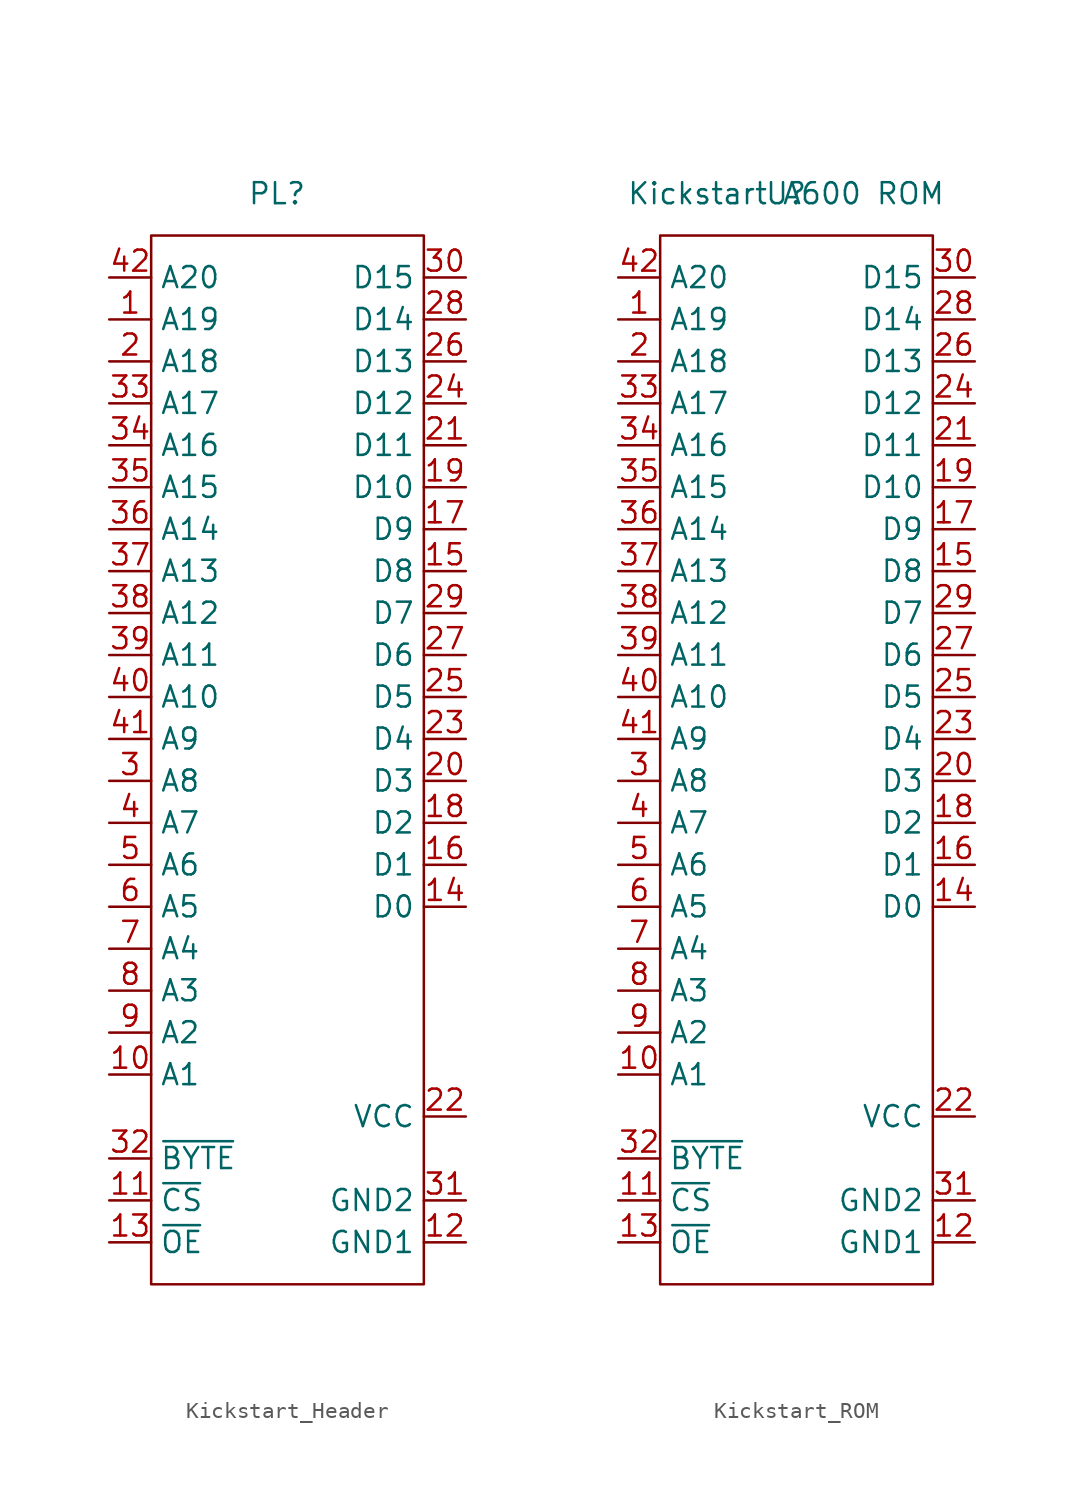
<source format=kicad_sym>
(kicad_symbol_lib
  (version 20241209)
  (generator "kicad_symbol_editor")
  (generator_version "9.0")
  (symbol "Kickstart_Header"
    (property "Reference" "PL"
      (at 0 0 0)
      (effects (font (size 1.27 1.27))))
    (property "Value" ""
      (at 0 0 0)
      (effects (font (size 1.27 1.27))))
    (symbol "Kickstart_Header_0_1"
      (rectangle (start -7.62 -2.54) (end 8.89 -66.04) (stroke (width 0) (type default)) (fill (type none))))
    (symbol "Kickstart_Header_1_1"
      (pin output line (at -10.16 -5.08 0) (length 2.54) (name "A20" (effects (font (size 1.27 1.27)))) (number "42" (effects (font (size 1.27 1.27)))))
      (pin output line (at -10.16 -7.62 0) (length 2.54) (name "A19" (effects (font (size 1.27 1.27)))) (number "1" (effects (font (size 1.27 1.27)))))
      (pin output line (at -10.16 -10.16 0) (length 2.54) (name "A18" (effects (font (size 1.27 1.27)))) (number "2" (effects (font (size 1.27 1.27)))))
      (pin output line (at -10.16 -12.7 0) (length 2.54) (name "A17" (effects (font (size 1.27 1.27)))) (number "33" (effects (font (size 1.27 1.27)))))
      (pin output line (at -10.16 -15.24 0) (length 2.54) (name "A16" (effects (font (size 1.27 1.27)))) (number "34" (effects (font (size 1.27 1.27)))))
      (pin output line (at -10.16 -17.78 0) (length 2.54) (name "A15" (effects (font (size 1.27 1.27)))) (number "35" (effects (font (size 1.27 1.27)))))
      (pin output line (at -10.16 -20.32 0) (length 2.54) (name "A14" (effects (font (size 1.27 1.27)))) (number "36" (effects (font (size 1.27 1.27)))))
      (pin output line (at -10.16 -22.86 0) (length 2.54) (name "A13" (effects (font (size 1.27 1.27)))) (number "37" (effects (font (size 1.27 1.27)))))
      (pin output line (at -10.16 -25.4 0) (length 2.54) (name "A12" (effects (font (size 1.27 1.27)))) (number "38" (effects (font (size 1.27 1.27)))))
      (pin output line (at -10.16 -27.94 0) (length 2.54) (name "A11" (effects (font (size 1.27 1.27)))) (number "39" (effects (font (size 1.27 1.27)))))
      (pin output line (at -10.16 -30.48 0) (length 2.54) (name "A10" (effects (font (size 1.27 1.27)))) (number "40" (effects (font (size 1.27 1.27)))))
      (pin output line (at -10.16 -33.02 0) (length 2.54) (name "A9" (effects (font (size 1.27 1.27)))) (number "41" (effects (font (size 1.27 1.27)))))
      (pin output line (at -10.16 -35.56 0) (length 2.54) (name "A8" (effects (font (size 1.27 1.27)))) (number "3" (effects (font (size 1.27 1.27)))))
      (pin output line (at -10.16 -38.1 0) (length 2.54) (name "A7" (effects (font (size 1.27 1.27)))) (number "4" (effects (font (size 1.27 1.27)))))
      (pin output line (at -10.16 -40.64 0) (length 2.54) (name "A6" (effects (font (size 1.27 1.27)))) (number "5" (effects (font (size 1.27 1.27)))))
      (pin output line (at -10.16 -43.18 0) (length 2.54) (name "A5" (effects (font (size 1.27 1.27)))) (number "6" (effects (font (size 1.27 1.27)))))
      (pin output line (at -10.16 -45.72 0) (length 2.54) (name "A4" (effects (font (size 1.27 1.27)))) (number "7" (effects (font (size 1.27 1.27)))))
      (pin output line (at -10.16 -48.26 0) (length 2.54) (name "A3" (effects (font (size 1.27 1.27)))) (number "8" (effects (font (size 1.27 1.27)))))
      (pin output line (at -10.16 -50.8 0) (length 2.54) (name "A2" (effects (font (size 1.27 1.27)))) (number "9" (effects (font (size 1.27 1.27)))))
      (pin output line (at -10.16 -53.34 0) (length 2.54) (name "A1" (effects (font (size 1.27 1.27)))) (number "10" (effects (font (size 1.27 1.27)))))
      (pin output line (at -10.16 -58.42 0) (length 2.54) (name "~{BYTE}" (effects (font (size 1.27 1.27)))) (number "32" (effects (font (size 1.27 1.27)))))
      (pin output line (at -10.16 -60.96 0) (length 2.54) (name "~{CS}" (effects (font (size 1.27 1.27)))) (number "11" (effects (font (size 1.27 1.27)))))
      (pin output line (at -10.16 -63.5 0) (length 2.54) (name "~{OE}" (effects (font (size 1.27 1.27)))) (number "13" (effects (font (size 1.27 1.27)))))
      (pin input line (at 11.43 -5.08 180) (length 2.54) (name "D15" (effects (font (size 1.27 1.27)))) (number "30" (effects (font (size 1.27 1.27)))))
      (pin input line (at 11.43 -7.62 180) (length 2.54) (name "D14" (effects (font (size 1.27 1.27)))) (number "28" (effects (font (size 1.27 1.27)))))
      (pin input line (at 11.43 -10.16 180) (length 2.54) (name "D13" (effects (font (size 1.27 1.27)))) (number "26" (effects (font (size 1.27 1.27)))))
      (pin input line (at 11.43 -12.7 180) (length 2.54) (name "D12" (effects (font (size 1.27 1.27)))) (number "24" (effects (font (size 1.27 1.27)))))
      (pin input line (at 11.43 -15.24 180) (length 2.54) (name "D11" (effects (font (size 1.27 1.27)))) (number "21" (effects (font (size 1.27 1.27)))))
      (pin input line (at 11.43 -17.78 180) (length 2.54) (name "D10" (effects (font (size 1.27 1.27)))) (number "19" (effects (font (size 1.27 1.27)))))
      (pin input line (at 11.43 -20.32 180) (length 2.54) (name "D9" (effects (font (size 1.27 1.27)))) (number "17" (effects (font (size 1.27 1.27)))))
      (pin input line (at 11.43 -22.86 180) (length 2.54) (name "D8" (effects (font (size 1.27 1.27)))) (number "15" (effects (font (size 1.27 1.27)))))
      (pin input line (at 11.43 -25.4 180) (length 2.54) (name "D7" (effects (font (size 1.27 1.27)))) (number "29" (effects (font (size 1.27 1.27)))))
      (pin input line (at 11.43 -27.94 180) (length 2.54) (name "D6" (effects (font (size 1.27 1.27)))) (number "27" (effects (font (size 1.27 1.27)))))
      (pin input line (at 11.43 -30.48 180) (length 2.54) (name "D5" (effects (font (size 1.27 1.27)))) (number "25" (effects (font (size 1.27 1.27)))))
      (pin input line (at 11.43 -33.02 180) (length 2.54) (name "D4" (effects (font (size 1.27 1.27)))) (number "23" (effects (font (size 1.27 1.27)))))
      (pin input line (at 11.43 -35.56 180) (length 2.54) (name "D3" (effects (font (size 1.27 1.27)))) (number "20" (effects (font (size 1.27 1.27)))))
      (pin input line (at 11.43 -38.1 180) (length 2.54) (name "D2" (effects (font (size 1.27 1.27)))) (number "18" (effects (font (size 1.27 1.27)))))
      (pin input line (at 11.43 -40.64 180) (length 2.54) (name "D1" (effects (font (size 1.27 1.27)))) (number "16" (effects (font (size 1.27 1.27)))))
      (pin input line (at 11.43 -43.18 180) (length 2.54) (name "D0" (effects (font (size 1.27 1.27)))) (number "14" (effects (font (size 1.27 1.27)))))
      (pin power_out line (at 11.43 -55.88 180) (length 2.54) (name "VCC" (effects (font (size 1.27 1.27)))) (number "22" (effects (font (size 1.27 1.27)))))
      (pin power_out line (at 11.43 -60.96 180) (length 2.54) (name "GND2" (effects (font (size 1.27 1.27)))) (number "31" (effects (font (size 1.27 1.27)))))
      (pin power_out line (at 11.43 -63.5 180) (length 2.54) (name "GND1" (effects (font (size 1.27 1.27)))) (number "12" (effects (font (size 1.27 1.27)))))))
  (symbol "Kickstart_ROM"
    (property "Reference" "U"
      (at 0 0 0)
      (effects (font (size 1.27 1.27))))
    (property "Value" "Kickstart A600 ROM"
      (at 0 0 0)
      (effects (font (size 1.27 1.27))))
    (symbol "Kickstart_ROM_0_1"
      (rectangle (start -7.62 -2.54) (end 8.89 -66.04) (stroke (width 0) (type default)) (fill (type none))))
    (symbol "Kickstart_ROM_1_1"
      (pin input line (at -10.16 -5.08 0) (length 2.54) (name "A20" (effects (font (size 1.27 1.27)))) (number "42" (effects (font (size 1.27 1.27)))))
      (pin input line (at -10.16 -7.62 0) (length 2.54) (name "A19" (effects (font (size 1.27 1.27)))) (number "1" (effects (font (size 1.27 1.27)))))
      (pin input line (at -10.16 -10.16 0) (length 2.54) (name "A18" (effects (font (size 1.27 1.27)))) (number "2" (effects (font (size 1.27 1.27)))))
      (pin input line (at -10.16 -12.7 0) (length 2.54) (name "A17" (effects (font (size 1.27 1.27)))) (number "33" (effects (font (size 1.27 1.27)))))
      (pin input line (at -10.16 -15.24 0) (length 2.54) (name "A16" (effects (font (size 1.27 1.27)))) (number "34" (effects (font (size 1.27 1.27)))))
      (pin input line (at -10.16 -17.78 0) (length 2.54) (name "A15" (effects (font (size 1.27 1.27)))) (number "35" (effects (font (size 1.27 1.27)))))
      (pin input line (at -10.16 -20.32 0) (length 2.54) (name "A14" (effects (font (size 1.27 1.27)))) (number "36" (effects (font (size 1.27 1.27)))))
      (pin input line (at -10.16 -22.86 0) (length 2.54) (name "A13" (effects (font (size 1.27 1.27)))) (number "37" (effects (font (size 1.27 1.27)))))
      (pin input line (at -10.16 -25.4 0) (length 2.54) (name "A12" (effects (font (size 1.27 1.27)))) (number "38" (effects (font (size 1.27 1.27)))))
      (pin input line (at -10.16 -27.94 0) (length 2.54) (name "A11" (effects (font (size 1.27 1.27)))) (number "39" (effects (font (size 1.27 1.27)))))
      (pin input line (at -10.16 -30.48 0) (length 2.54) (name "A10" (effects (font (size 1.27 1.27)))) (number "40" (effects (font (size 1.27 1.27)))))
      (pin input line (at -10.16 -33.02 0) (length 2.54) (name "A9" (effects (font (size 1.27 1.27)))) (number "41" (effects (font (size 1.27 1.27)))))
      (pin input line (at -10.16 -35.56 0) (length 2.54) (name "A8" (effects (font (size 1.27 1.27)))) (number "3" (effects (font (size 1.27 1.27)))))
      (pin input line (at -10.16 -38.1 0) (length 2.54) (name "A7" (effects (font (size 1.27 1.27)))) (number "4" (effects (font (size 1.27 1.27)))))
      (pin input line (at -10.16 -40.64 0) (length 2.54) (name "A6" (effects (font (size 1.27 1.27)))) (number "5" (effects (font (size 1.27 1.27)))))
      (pin input line (at -10.16 -43.18 0) (length 2.54) (name "A5" (effects (font (size 1.27 1.27)))) (number "6" (effects (font (size 1.27 1.27)))))
      (pin input line (at -10.16 -45.72 0) (length 2.54) (name "A4" (effects (font (size 1.27 1.27)))) (number "7" (effects (font (size 1.27 1.27)))))
      (pin input line (at -10.16 -48.26 0) (length 2.54) (name "A3" (effects (font (size 1.27 1.27)))) (number "8" (effects (font (size 1.27 1.27)))))
      (pin input line (at -10.16 -50.8 0) (length 2.54) (name "A2" (effects (font (size 1.27 1.27)))) (number "9" (effects (font (size 1.27 1.27)))))
      (pin input line (at -10.16 -53.34 0) (length 2.54) (name "A1" (effects (font (size 1.27 1.27)))) (number "10" (effects (font (size 1.27 1.27)))))
      (pin input line (at -10.16 -58.42 0) (length 2.54) (name "~{BYTE}" (effects (font (size 1.27 1.27)))) (number "32" (effects (font (size 1.27 1.27)))))
      (pin input line (at -10.16 -60.96 0) (length 2.54) (name "~{CS}" (effects (font (size 1.27 1.27)))) (number "11" (effects (font (size 1.27 1.27)))))
      (pin input line (at -10.16 -63.5 0) (length 2.54) (name "~{OE}" (effects (font (size 1.27 1.27)))) (number "13" (effects (font (size 1.27 1.27)))))
      (pin tri_state line (at 11.43 -5.08 180) (length 2.54) (name "D15" (effects (font (size 1.27 1.27)))) (number "30" (effects (font (size 1.27 1.27)))))
      (pin tri_state line (at 11.43 -7.62 180) (length 2.54) (name "D14" (effects (font (size 1.27 1.27)))) (number "28" (effects (font (size 1.27 1.27)))))
      (pin tri_state line (at 11.43 -10.16 180) (length 2.54) (name "D13" (effects (font (size 1.27 1.27)))) (number "26" (effects (font (size 1.27 1.27)))))
      (pin tri_state line (at 11.43 -12.7 180) (length 2.54) (name "D12" (effects (font (size 1.27 1.27)))) (number "24" (effects (font (size 1.27 1.27)))))
      (pin tri_state line (at 11.43 -15.24 180) (length 2.54) (name "D11" (effects (font (size 1.27 1.27)))) (number "21" (effects (font (size 1.27 1.27)))))
      (pin tri_state line (at 11.43 -17.78 180) (length 2.54) (name "D10" (effects (font (size 1.27 1.27)))) (number "19" (effects (font (size 1.27 1.27)))))
      (pin tri_state line (at 11.43 -20.32 180) (length 2.54) (name "D9" (effects (font (size 1.27 1.27)))) (number "17" (effects (font (size 1.27 1.27)))))
      (pin tri_state line (at 11.43 -22.86 180) (length 2.54) (name "D8" (effects (font (size 1.27 1.27)))) (number "15" (effects (font (size 1.27 1.27)))))
      (pin tri_state line (at 11.43 -25.4 180) (length 2.54) (name "D7" (effects (font (size 1.27 1.27)))) (number "29" (effects (font (size 1.27 1.27)))))
      (pin tri_state line (at 11.43 -27.94 180) (length 2.54) (name "D6" (effects (font (size 1.27 1.27)))) (number "27" (effects (font (size 1.27 1.27)))))
      (pin tri_state line (at 11.43 -30.48 180) (length 2.54) (name "D5" (effects (font (size 1.27 1.27)))) (number "25" (effects (font (size 1.27 1.27)))))
      (pin tri_state line (at 11.43 -33.02 180) (length 2.54) (name "D4" (effects (font (size 1.27 1.27)))) (number "23" (effects (font (size 1.27 1.27)))))
      (pin tri_state line (at 11.43 -35.56 180) (length 2.54) (name "D3" (effects (font (size 1.27 1.27)))) (number "20" (effects (font (size 1.27 1.27)))))
      (pin tri_state line (at 11.43 -38.1 180) (length 2.54) (name "D2" (effects (font (size 1.27 1.27)))) (number "18" (effects (font (size 1.27 1.27)))))
      (pin tri_state line (at 11.43 -40.64 180) (length 2.54) (name "D1" (effects (font (size 1.27 1.27)))) (number "16" (effects (font (size 1.27 1.27)))))
      (pin tri_state line (at 11.43 -43.18 180) (length 2.54) (name "D0" (effects (font (size 1.27 1.27)))) (number "14" (effects (font (size 1.27 1.27)))))
      (pin power_in line (at 11.43 -55.88 180) (length 2.54) (name "VCC" (effects (font (size 1.27 1.27)))) (number "22" (effects (font (size 1.27 1.27)))))
      (pin power_in line (at 11.43 -60.96 180) (length 2.54) (name "GND2" (effects (font (size 1.27 1.27)))) (number "31" (effects (font (size 1.27 1.27)))))
      (pin power_in line (at 11.43 -63.5 180) (length 2.54) (name "GND1" (effects (font (size 1.27 1.27)))) (number "12" (effects (font (size 1.27 1.27))))))))
</source>
